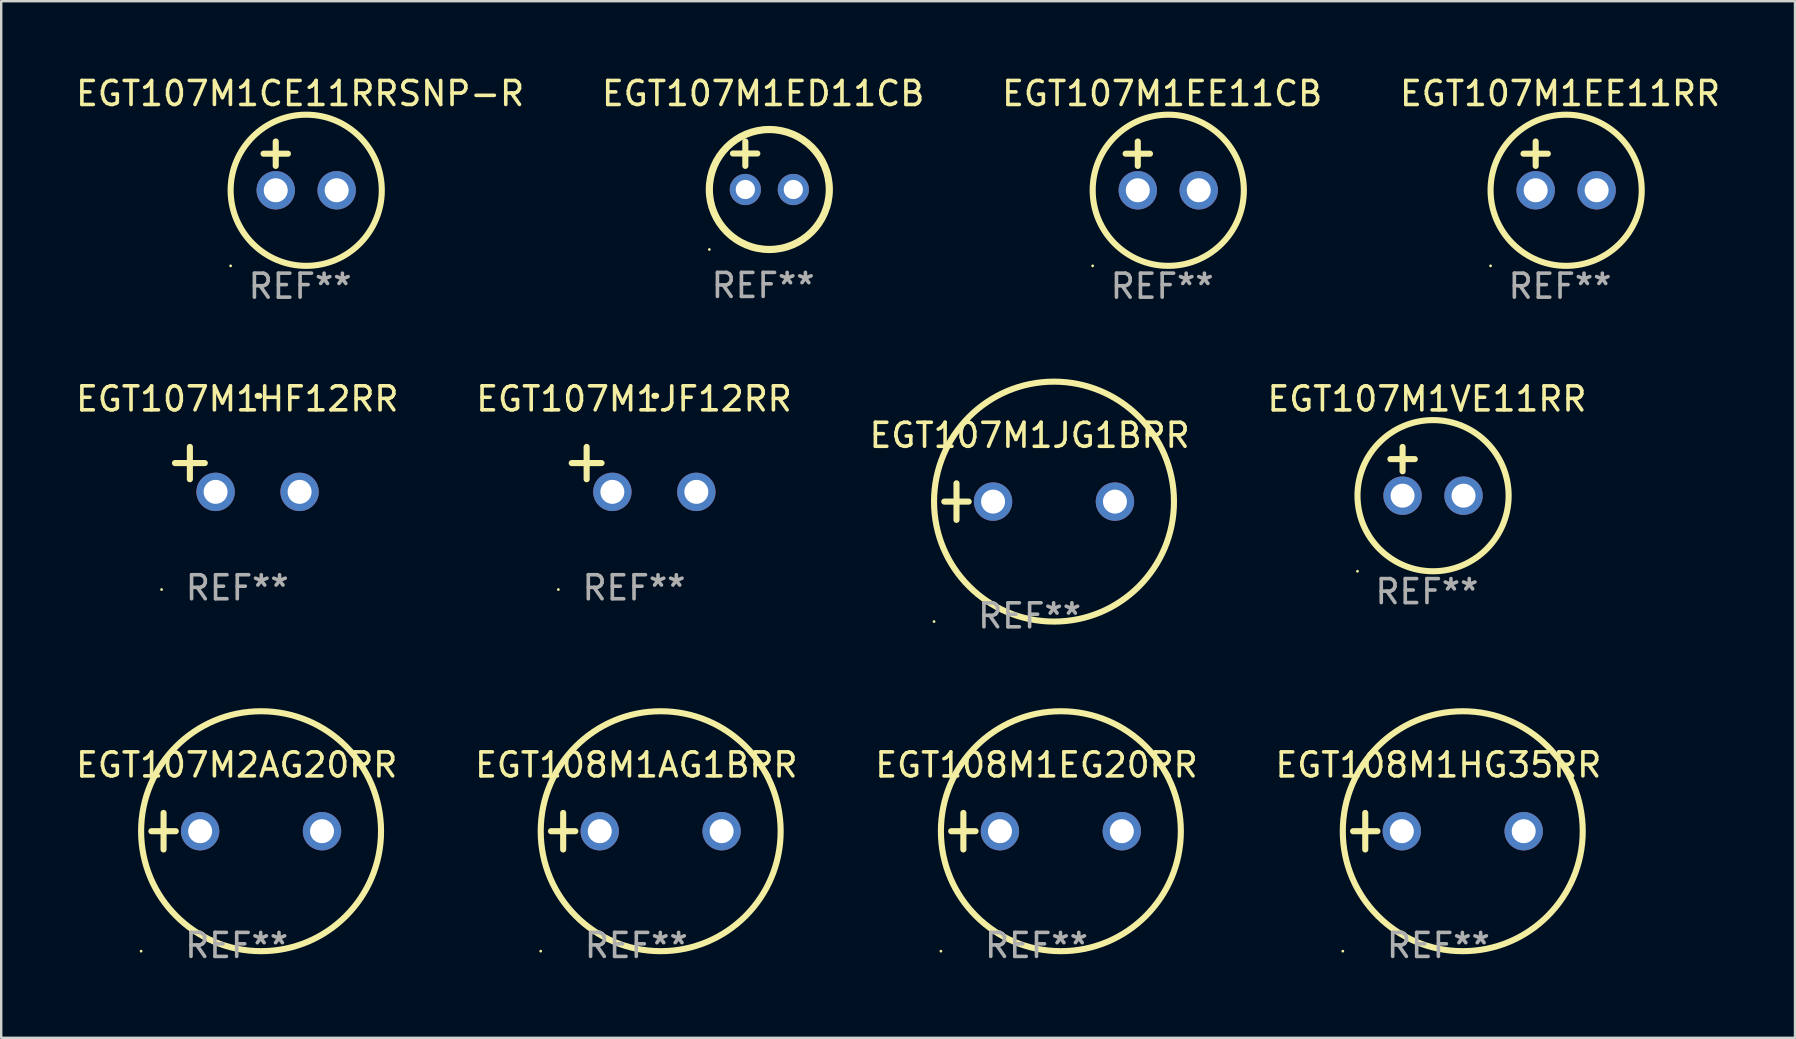
<source format=kicad_pcb>
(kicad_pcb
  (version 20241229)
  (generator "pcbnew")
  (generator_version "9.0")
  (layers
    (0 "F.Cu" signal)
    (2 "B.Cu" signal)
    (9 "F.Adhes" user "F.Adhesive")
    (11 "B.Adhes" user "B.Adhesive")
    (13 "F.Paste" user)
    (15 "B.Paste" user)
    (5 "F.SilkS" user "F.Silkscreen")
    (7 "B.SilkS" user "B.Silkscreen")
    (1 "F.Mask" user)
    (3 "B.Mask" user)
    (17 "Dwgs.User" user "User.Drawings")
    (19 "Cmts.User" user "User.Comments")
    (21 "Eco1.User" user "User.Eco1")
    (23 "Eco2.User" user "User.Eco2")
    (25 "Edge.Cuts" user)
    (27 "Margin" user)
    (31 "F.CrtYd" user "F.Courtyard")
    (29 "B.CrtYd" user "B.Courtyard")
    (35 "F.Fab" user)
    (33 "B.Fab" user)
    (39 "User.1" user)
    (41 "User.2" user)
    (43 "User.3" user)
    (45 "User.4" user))
  (footprint "EGT108M1AG1BRR"
    (layer "F.Cu")
    (at 23.47 31.593)
    (property "Reference" "EGT108M1AG1BRR" (at 0 -2.762 0) (layer "F.SilkS") (effects (font (size 1 1) (thickness 0.15))))
    (attr through_hole)
    (fp_line (start -3.556 0) (end -2.54 0) (stroke (width 0.254) (type solid)) (layer "F.SilkS"))
    (fp_line (start -3.048 -0.762) (end -3.048 0.762) (stroke (width 0.254) (type solid)) (layer "F.SilkS"))
    (fp_circle (center -3.984 5) (end -3.954 5) (stroke (width 0.06) (type solid)) (fill no) (layer "F.SilkS"))
    (fp_circle (center 1.016 0) (end 6.016 0) (stroke (width 0.254) (type solid)) (fill no) (layer "F.SilkS"))
    (fp_text user "REF**" (at 0 4.762 0) (layer "F.Fab") (effects (font (size 1 1) (thickness 0.15))))
    (pad "1" thru_hole circle (at -1.524 0) (size 1.6 1.6) (drill 1) (layers "*.Cu" "*.Mask"))
    (pad "2" thru_hole circle (at 3.556 0) (size 1.6 1.6) (drill 1) (layers "*.Cu" "*.Mask")))
  (footprint "EGT107M1ED11CB"
    (layer "F.Cu")
    (at 28.756 3.848)
    (property "Reference" "EGT107M1ED11CB" (at 0 -3 0) (layer "F.SilkS") (effects (font (size 1 1) (thickness 0.15))))
    (attr through_hole)
    (fp_line (start -1.258 -0.5) (end -0.242 -0.5) (stroke (width 0.254) (type solid)) (layer "F.SilkS"))
    (fp_line (start -0.742 -1) (end -0.742 0.016) (stroke (width 0.254) (type solid)) (layer "F.SilkS"))
    (fp_circle (center -2.242 3.5) (end -2.212 3.5) (stroke (width 0.06) (type solid)) (fill no) (layer "F.SilkS"))
    (fp_circle (center 0.258 1) (end 2.758 1) (stroke (width 0.3) (type solid)) (fill no) (layer "F.SilkS"))
    (fp_text user "REF**" (at 0 5 0) (layer "F.Fab") (effects (font (size 1 1) (thickness 0.15))))
    (pad "1" thru_hole circle (at -0.742 1) (size 1.3 1.3) (drill 0.8) (layers "*.Cu" "*.Mask"))
    (pad "2" thru_hole circle (at 1.258 1) (size 1.3 1.3) (drill 0.8) (layers "*.Cu" "*.Mask")))
  (footprint "EGT107M1CE11RRSNP-R"
    (layer "F.Cu")
    (at 9.458 3.864)
    (property "Reference" "EGT107M1CE11RRSNP-R" (at 0 -3.016 0) (layer "F.SilkS") (effects (font (size 1 1) (thickness 0.15))))
    (attr through_hole)
    (fp_line (start -1.524 -0.508) (end -0.508 -0.508) (stroke (width 0.254) (type solid)) (layer "F.SilkS"))
    (fp_line (start -1.016 -1.016) (end -1.016 0) (stroke (width 0.254) (type solid)) (layer "F.SilkS"))
    (fp_circle (center -2.896 4.166) (end -2.866 4.166) (stroke (width 0.06) (type solid)) (fill no) (layer "F.SilkS"))
    (fp_circle (center 0.254 1.016) (end 3.404 1.016) (stroke (width 0.254) (type solid)) (fill no) (layer "F.SilkS"))
    (fp_text user "REF**" (at 0 5.016 0) (layer "F.Fab") (effects (font (size 1 1) (thickness 0.15))))
    (pad "1" thru_hole circle (at -1.016 1.016) (size 1.6 1.6) (drill 1) (layers "*.Cu" "*.Mask"))
    (pad "2" thru_hole circle (at 1.524 1.016) (size 1.6 1.6) (drill 1) (layers "*.Cu" "*.Mask")))
  (footprint "EGT108M1EG20RR"
    (layer "F.Cu")
    (at 40.149 31.593)
    (property "Reference" "EGT108M1EG20RR" (at 0 -2.762 0) (layer "F.SilkS") (effects (font (size 1 1) (thickness 0.15))))
    (attr through_hole)
    (fp_line (start -3.556 0) (end -2.54 0) (stroke (width 0.254) (type solid)) (layer "F.SilkS"))
    (fp_line (start -3.048 -0.762) (end -3.048 0.762) (stroke (width 0.254) (type solid)) (layer "F.SilkS"))
    (fp_circle (center -3.984 5) (end -3.954 5) (stroke (width 0.06) (type solid)) (fill no) (layer "F.SilkS"))
    (fp_circle (center 1.016 0) (end 6.016 0) (stroke (width 0.254) (type solid)) (fill no) (layer "F.SilkS"))
    (fp_text user "REF**" (at 0 4.762 0) (layer "F.Fab") (effects (font (size 1 1) (thickness 0.15))))
    (pad "1" thru_hole circle (at -1.524 0) (size 1.6 1.6) (drill 1) (layers "*.Cu" "*.Mask"))
    (pad "2" thru_hole circle (at 3.556 0) (size 1.6 1.6) (drill 1) (layers "*.Cu" "*.Mask")))
  (footprint "EGT107M1JF12RR"
    (layer "F.Cu")
    (at 23.375 16.513)
    (property "Reference" "EGT107M1JF12RR" (at 0 -2.937 0) (layer "F.SilkS") (effects (font (size 1 1) (thickness 0.15))))
    (attr through_hole)
    (fp_line (start -1.975 0.41) (end -1.975 -0.937) (stroke (width 0.254) (type solid)) (layer "F.SilkS"))
    (fp_line (start -1.353 -0.263) (end -2.597 -0.263) (stroke (width 0.254) (type solid)) (layer "F.SilkS"))
    (fp_arc (start 0.849809 -3.063957) (mid 0.885369 -3.064114) (end 0.920929 -3.063957) (stroke (width 0.254001) (type solid)) (layer "F.SilkS"))
    (fp_circle (center -3.154 5.008) (end -3.124 5.008) (stroke (width 0.06) (type solid)) (fill no) (layer "F.SilkS"))
    (fp_text user "REF**" (at 0 4.937 0) (layer "F.Fab") (effects (font (size 1 1) (thickness 0.15))))
    (pad "1" thru_hole circle (at -0.903 0.937) (size 1.6 1.6) (drill 1) (layers "*.Cu" "*.Mask"))
    (pad "2" thru_hole circle (at 2.597 0.937) (size 1.6 1.6) (drill 1) (layers "*.Cu" "*.Mask")))
  (footprint "EGT107M1EE11RR"
    (layer "F.Cu")
    (at 61.97 3.864)
    (property "Reference" "EGT107M1EE11RR" (at 0 -3.016 0) (layer "F.SilkS") (effects (font (size 1 1) (thickness 0.15))))
    (attr through_hole)
    (fp_line (start -1.524 -0.508) (end -0.508 -0.508) (stroke (width 0.254) (type solid)) (layer "F.SilkS"))
    (fp_line (start -1.016 -1.016) (end -1.016 0) (stroke (width 0.254) (type solid)) (layer "F.SilkS"))
    (fp_circle (center -2.896 4.166) (end -2.866 4.166) (stroke (width 0.06) (type solid)) (fill no) (layer "F.SilkS"))
    (fp_circle (center 0.254 1.016) (end 3.404 1.016) (stroke (width 0.254) (type solid)) (fill no) (layer "F.SilkS"))
    (fp_text user "REF**" (at 0 5.016 0) (layer "F.Fab") (effects (font (size 1 1) (thickness 0.15))))
    (pad "1" thru_hole circle (at -1.016 1.016) (size 1.6 1.6) (drill 1) (layers "*.Cu" "*.Mask"))
    (pad "2" thru_hole circle (at 1.524 1.016) (size 1.6 1.6) (drill 1) (layers "*.Cu" "*.Mask")))
  (footprint "EGT107M2AG20RR"
    (layer "F.Cu")
    (at 6.815 31.593)
    (property "Reference" "EGT107M2AG20RR" (at 0 -2.762 0) (layer "F.SilkS") (effects (font (size 1 1) (thickness 0.15))))
    (attr through_hole)
    (fp_line (start -3.556 0) (end -2.54 0) (stroke (width 0.254) (type solid)) (layer "F.SilkS"))
    (fp_line (start -3.048 -0.762) (end -3.048 0.762) (stroke (width 0.254) (type solid)) (layer "F.SilkS"))
    (fp_circle (center -3.984 5) (end -3.954 5) (stroke (width 0.06) (type solid)) (fill no) (layer "F.SilkS"))
    (fp_circle (center 1.016 0) (end 6.016 0) (stroke (width 0.254) (type solid)) (fill no) (layer "F.SilkS"))
    (fp_text user "REF**" (at 0 4.762 0) (layer "F.Fab") (effects (font (size 1 1) (thickness 0.15))))
    (pad "1" thru_hole circle (at -1.524 0) (size 1.6 1.6) (drill 1) (layers "*.Cu" "*.Mask"))
    (pad "2" thru_hole circle (at 3.556 0) (size 1.6 1.6) (drill 1) (layers "*.Cu" "*.Mask")))
  (footprint "EGT107M1VE11RR"
    (layer "F.Cu")
    (at 56.423 16.593)
    (property "Reference" "EGT107M1VE11RR" (at 0 -3.016 0) (layer "F.SilkS") (effects (font (size 1 1) (thickness 0.15))))
    (attr through_hole)
    (fp_line (start -1.524 -0.508) (end -0.508 -0.508) (stroke (width 0.254) (type solid)) (layer "F.SilkS"))
    (fp_line (start -1.016 -1.016) (end -1.016 0) (stroke (width 0.254) (type solid)) (layer "F.SilkS"))
    (fp_circle (center -2.896 4.166) (end -2.866 4.166) (stroke (width 0.06) (type solid)) (fill no) (layer "F.SilkS"))
    (fp_circle (center 0.254 1.016) (end 3.404 1.016) (stroke (width 0.254) (type solid)) (fill no) (layer "F.SilkS"))
    (fp_text user "REF**" (at 0 5.016 0) (layer "F.Fab") (effects (font (size 1 1) (thickness 0.15))))
    (pad "1" thru_hole circle (at -1.016 1.016) (size 1.6 1.6) (drill 1) (layers "*.Cu" "*.Mask"))
    (pad "2" thru_hole circle (at 1.524 1.016) (size 1.6 1.6) (drill 1) (layers "*.Cu" "*.Mask")))
  (footprint "EGT107M1JG1BRR"
    (layer "F.Cu")
    (at 39.863 17.856)
    (property "Reference" "EGT107M1JG1BRR" (at 0 -2.762 0) (layer "F.SilkS") (effects (font (size 1 1) (thickness 0.15))))
    (attr through_hole)
    (fp_line (start -3.556 0) (end -2.54 0) (stroke (width 0.254) (type solid)) (layer "F.SilkS"))
    (fp_line (start -3.048 -0.762) (end -3.048 0.762) (stroke (width 0.254) (type solid)) (layer "F.SilkS"))
    (fp_circle (center -3.984 5) (end -3.954 5) (stroke (width 0.06) (type solid)) (fill no) (layer "F.SilkS"))
    (fp_circle (center 1.016 0) (end 6.016 0) (stroke (width 0.254) (type solid)) (fill no) (layer "F.SilkS"))
    (fp_text user "REF**" (at 0 4.762 0) (layer "F.Fab") (effects (font (size 1 1) (thickness 0.15))))
    (pad "1" thru_hole circle (at -1.524 0) (size 1.6 1.6) (drill 1) (layers "*.Cu" "*.Mask"))
    (pad "2" thru_hole circle (at 3.556 0) (size 1.6 1.6) (drill 1) (layers "*.Cu" "*.Mask")))
  (footprint "EGT108M1HG35RR"
    (layer "F.Cu")
    (at 56.899 31.593)
    (property "Reference" "EGT108M1HG35RR" (at 0 -2.762 0) (layer "F.SilkS") (effects (font (size 1 1) (thickness 0.15))))
    (attr through_hole)
    (fp_line (start -3.556 0) (end -2.54 0) (stroke (width 0.254) (type solid)) (layer "F.SilkS"))
    (fp_line (start -3.048 -0.762) (end -3.048 0.762) (stroke (width 0.254) (type solid)) (layer "F.SilkS"))
    (fp_circle (center -3.984 5) (end -3.954 5) (stroke (width 0.06) (type solid)) (fill no) (layer "F.SilkS"))
    (fp_circle (center 1.016 0) (end 6.016 0) (stroke (width 0.254) (type solid)) (fill no) (layer "F.SilkS"))
    (fp_text user "REF**" (at 0 4.762 0) (layer "F.Fab") (effects (font (size 1 1) (thickness 0.15))))
    (pad "1" thru_hole circle (at -1.524 0) (size 1.6 1.6) (drill 1) (layers "*.Cu" "*.Mask"))
    (pad "2" thru_hole circle (at 3.556 0) (size 1.6 1.6) (drill 1) (layers "*.Cu" "*.Mask")))
  (footprint "EGT107M1EE11CB"
    (layer "F.Cu")
    (at 45.387 3.864)
    (property "Reference" "EGT107M1EE11CB" (at 0 -3.016 0) (layer "F.SilkS") (effects (font (size 1 1) (thickness 0.15))))
    (attr through_hole)
    (fp_line (start -1.524 -0.508) (end -0.508 -0.508) (stroke (width 0.254) (type solid)) (layer "F.SilkS"))
    (fp_line (start -1.016 -1.016) (end -1.016 0) (stroke (width 0.254) (type solid)) (layer "F.SilkS"))
    (fp_circle (center -2.896 4.166) (end -2.866 4.166) (stroke (width 0.06) (type solid)) (fill no) (layer "F.SilkS"))
    (fp_circle (center 0.254 1.016) (end 3.404 1.016) (stroke (width 0.254) (type solid)) (fill no) (layer "F.SilkS"))
    (fp_text user "REF**" (at 0 5.016 0) (layer "F.Fab") (effects (font (size 1 1) (thickness 0.15))))
    (pad "1" thru_hole circle (at -1.016 1.016) (size 1.6 1.6) (drill 1) (layers "*.Cu" "*.Mask"))
    (pad "2" thru_hole circle (at 1.524 1.016) (size 1.6 1.6) (drill 1) (layers "*.Cu" "*.Mask")))
  (footprint "EGT107M1HF12RR"
    (layer "F.Cu")
    (at 6.839 16.513)
    (property "Reference" "EGT107M1HF12RR" (at 0 -2.937 0) (layer "F.SilkS") (effects (font (size 1 1) (thickness 0.15))))
    (attr through_hole)
    (fp_line (start -1.975 0.41) (end -1.975 -0.937) (stroke (width 0.254) (type solid)) (layer "F.SilkS"))
    (fp_line (start -1.353 -0.263) (end -2.597 -0.263) (stroke (width 0.254) (type solid)) (layer "F.SilkS"))
    (fp_arc (start 0.849809 -3.063957) (mid 0.885369 -3.064114) (end 0.920929 -3.063957) (stroke (width 0.254001) (type solid)) (layer "F.SilkS"))
    (fp_circle (center -3.154 5.008) (end -3.124 5.008) (stroke (width 0.06) (type solid)) (fill no) (layer "F.SilkS"))
    (fp_text user "REF**" (at 0 4.937 0) (layer "F.Fab") (effects (font (size 1 1) (thickness 0.15))))
    (pad "1" thru_hole circle (at -0.903 0.937) (size 1.6 1.6) (drill 1) (layers "*.Cu" "*.Mask"))
    (pad "2" thru_hole circle (at 2.597 0.937) (size 1.6 1.6) (drill 1) (layers "*.Cu" "*.Mask")))
  (gr_rect
    (start -3 -3)
    (end 71.762 40.203)
    (stroke (width 0.1) (type default))
    (fill no)
    (layer "Edge.Cuts")))
</source>
